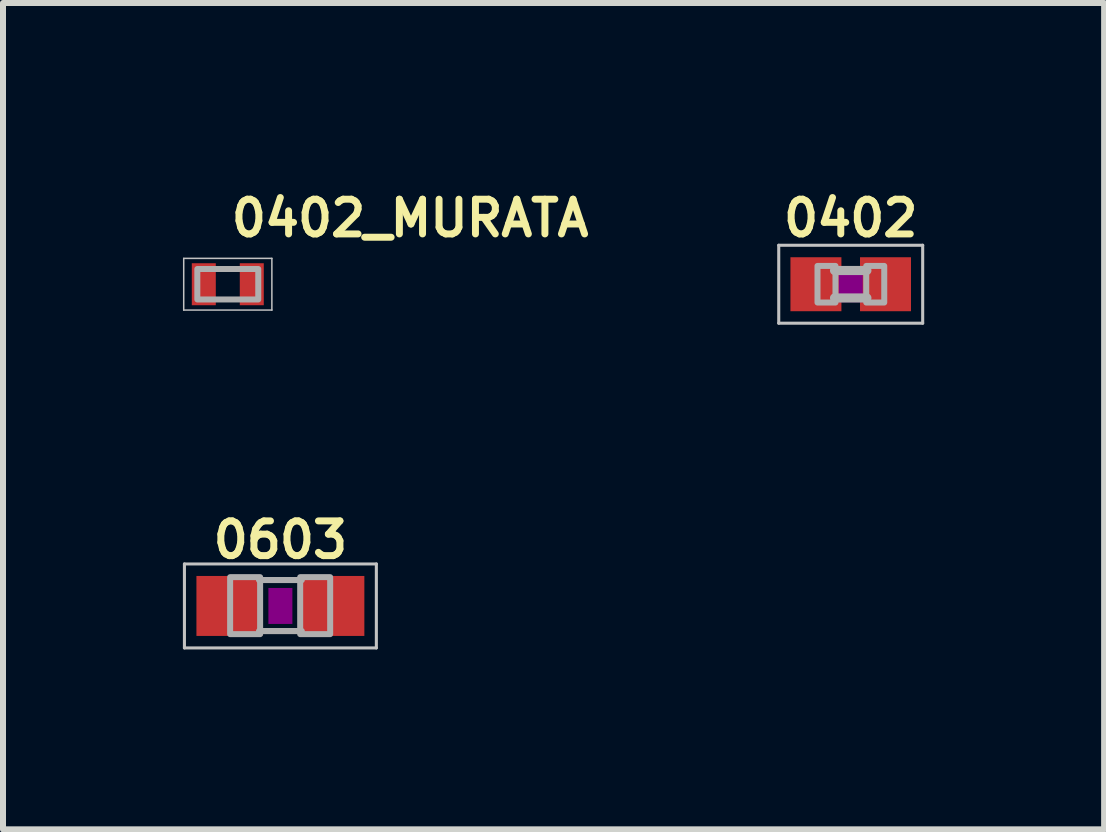
<source format=kicad_pcb>
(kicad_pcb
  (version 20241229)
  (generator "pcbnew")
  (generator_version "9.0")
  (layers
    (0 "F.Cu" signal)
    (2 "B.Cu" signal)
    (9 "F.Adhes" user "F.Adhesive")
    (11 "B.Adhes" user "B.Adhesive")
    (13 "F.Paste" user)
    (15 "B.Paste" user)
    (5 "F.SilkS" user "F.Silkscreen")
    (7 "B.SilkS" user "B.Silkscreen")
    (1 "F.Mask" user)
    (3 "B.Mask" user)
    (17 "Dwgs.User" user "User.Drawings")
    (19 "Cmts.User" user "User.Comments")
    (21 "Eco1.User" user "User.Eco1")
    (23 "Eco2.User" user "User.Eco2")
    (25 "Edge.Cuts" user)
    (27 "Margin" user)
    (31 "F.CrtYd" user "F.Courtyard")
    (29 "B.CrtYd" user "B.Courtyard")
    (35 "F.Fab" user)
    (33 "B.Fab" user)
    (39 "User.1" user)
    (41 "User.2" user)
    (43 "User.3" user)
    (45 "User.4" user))
  (footprint "0603"
    (layer "F.Cu")
    (at 1.625 7.053)
    (property "Reference" "0603" (at 0 -0.762 0) (layer "F.SilkS") (effects (font (size 0.579 0.579) (thickness 0.116)) (justify bottom)))
    (attr through_hole)
    (fp_poly (pts (xy -0.2 0.3) (xy 0.2 0.3) (xy 0.2 -0.3) (xy -0.2 -0.3)) (stroke (width 0) (type solid)) (fill yes) (layer "F.Adhes"))
    (fp_line (start -1.6 -0.7) (end 1.6 -0.7) (stroke (width 0.051) (type solid)) (layer "Dwgs.User"))
    (fp_line (start -1.6 0.7) (end -1.6 -0.7) (stroke (width 0.051) (type solid)) (layer "Dwgs.User"))
    (fp_line (start 1.6 -0.7) (end 1.6 0.7) (stroke (width 0.051) (type solid)) (layer "Dwgs.User"))
    (fp_line (start 1.6 0.7) (end -1.6 0.7) (stroke (width 0.051) (type solid)) (layer "Dwgs.User"))
    (fp_line (start -0.356 -0.432) (end 0.356 -0.432) (stroke (width 0.102) (type solid)) (layer "F.Fab"))
    (fp_line (start -0.356 0.419) (end 0.356 0.419) (stroke (width 0.102) (type solid)) (layer "F.Fab"))
    (fp_poly (pts (xy -0.838 0.47) (xy -0.338 0.47) (xy -0.338 -0.48) (xy -0.838 -0.48)) (stroke (width 0.1) (type solid)) (fill no) (layer "F.Fab"))
    (fp_poly (pts (xy 0.33 0.47) (xy 0.83 0.47) (xy 0.83 -0.48) (xy 0.33 -0.48)) (stroke (width 0.1) (type solid)) (fill no) (layer "F.Fab"))
    (pad "1" smd rect (at -0.85 0) (size 1.1 1) (layers "F.Cu" "F.Mask" "F.Paste"))
    (pad "2" smd rect (at 0.85 0) (size 1.1 1) (layers "F.Cu" "F.Mask" "F.Paste")))
  (footprint "0402"
    (layer "F.Cu")
    (at 11.134 1.689)
    (property "Reference" "0402" (at 0 -0.762 180) (layer "F.SilkS") (effects (font (size 0.579 0.579) (thickness 0.116)) (justify bottom)))
    (attr through_hole)
    (fp_poly (pts (xy -0.2 0.3) (xy 0.2 0.3) (xy 0.2 -0.3) (xy -0.2 -0.3)) (stroke (width 0) (type solid)) (fill yes) (layer "F.Adhes"))
    (fp_line (start -1.2 -0.65) (end 1.2 -0.65) (stroke (width 0.051) (type solid)) (layer "Dwgs.User"))
    (fp_line (start -1.2 0.65) (end -1.2 -0.65) (stroke (width 0.051) (type solid)) (layer "Dwgs.User"))
    (fp_line (start 1.2 -0.65) (end 1.2 0.65) (stroke (width 0.051) (type solid)) (layer "Dwgs.User"))
    (fp_line (start 1.2 0.65) (end -1.2 0.65) (stroke (width 0.051) (type solid)) (layer "Dwgs.User"))
    (fp_line (start -0.27 -0.229) (end 0.27 -0.229) (stroke (width 0.152) (type solid)) (layer "F.Fab"))
    (fp_line (start 0.27 0.229) (end -0.27 0.229) (stroke (width 0.152) (type solid)) (layer "F.Fab"))
    (fp_poly (pts (xy -0.554 0.305) (xy -0.254 0.305) (xy -0.254 -0.305) (xy -0.554 -0.305)) (stroke (width 0.1) (type solid)) (fill no) (layer "F.Fab"))
    (fp_poly (pts (xy 0.259 0.305) (xy 0.559 0.305) (xy 0.559 -0.305) (xy 0.259 -0.305)) (stroke (width 0.1) (type solid)) (fill no) (layer "F.Fab"))
    (pad "1" smd rect (at -0.58 0) (size 0.85 0.9) (layers "F.Cu" "F.Mask" "F.Paste"))
    (pad "2" smd rect (at 0.58 0) (size 0.85 0.9) (layers "F.Cu" "F.Mask" "F.Paste")))
  (footprint "0402_MURATA"
    (layer "F.Cu")
    (at 0.748 1.689)
    (property "Reference" "0402_MURATA" (at 0 -0.762 0) (layer "F.SilkS") (effects (font (size 0.579 0.579) (thickness 0.116)) (justify left bottom)))
    (attr through_hole)
    (fp_poly (pts (xy -0.61 0.356) (xy -0.191 0.356) (xy -0.191 -0.356) (xy -0.61 -0.356)) (stroke (width 0) (type solid)) (fill yes) (layer "F.Mask"))
    (fp_poly (pts (xy 0.191 0.356) (xy 0.61 0.356) (xy 0.61 -0.356) (xy 0.191 -0.356)) (stroke (width 0) (type solid)) (fill yes) (layer "F.Mask"))
    (fp_line (start -0.735 -0.431) (end 0.735 -0.431) (stroke (width 0.025) (type solid)) (layer "Dwgs.User"))
    (fp_line (start -0.735 0.431) (end -0.735 -0.431) (stroke (width 0.025) (type solid)) (layer "Dwgs.User"))
    (fp_line (start 0.735 -0.431) (end 0.735 0.431) (stroke (width 0.025) (type solid)) (layer "Dwgs.User"))
    (fp_line (start 0.735 0.431) (end -0.735 0.431) (stroke (width 0.025) (type solid)) (layer "Dwgs.User"))
    (fp_poly (pts (xy -0.508 0.254) (xy 0.508 0.254) (xy 0.508 -0.254) (xy -0.508 -0.254)) (stroke (width 0.1) (type solid)) (fill no) (layer "F.Fab"))
    (pad "P1" smd rect (at -0.4 0) (size 0.4 0.7) (layers "F.Cu" "F.Mask" "F.Paste"))
    (pad "P2" smd rect (at 0.4 0) (size 0.4 0.7) (layers "F.Cu" "F.Mask" "F.Paste")))
  (gr_rect
    (start -3 -3)
    (end 15.359 10.778)
    (stroke (width 0.1) (type default))
    (fill no)
    (layer "Edge.Cuts")))
</source>
